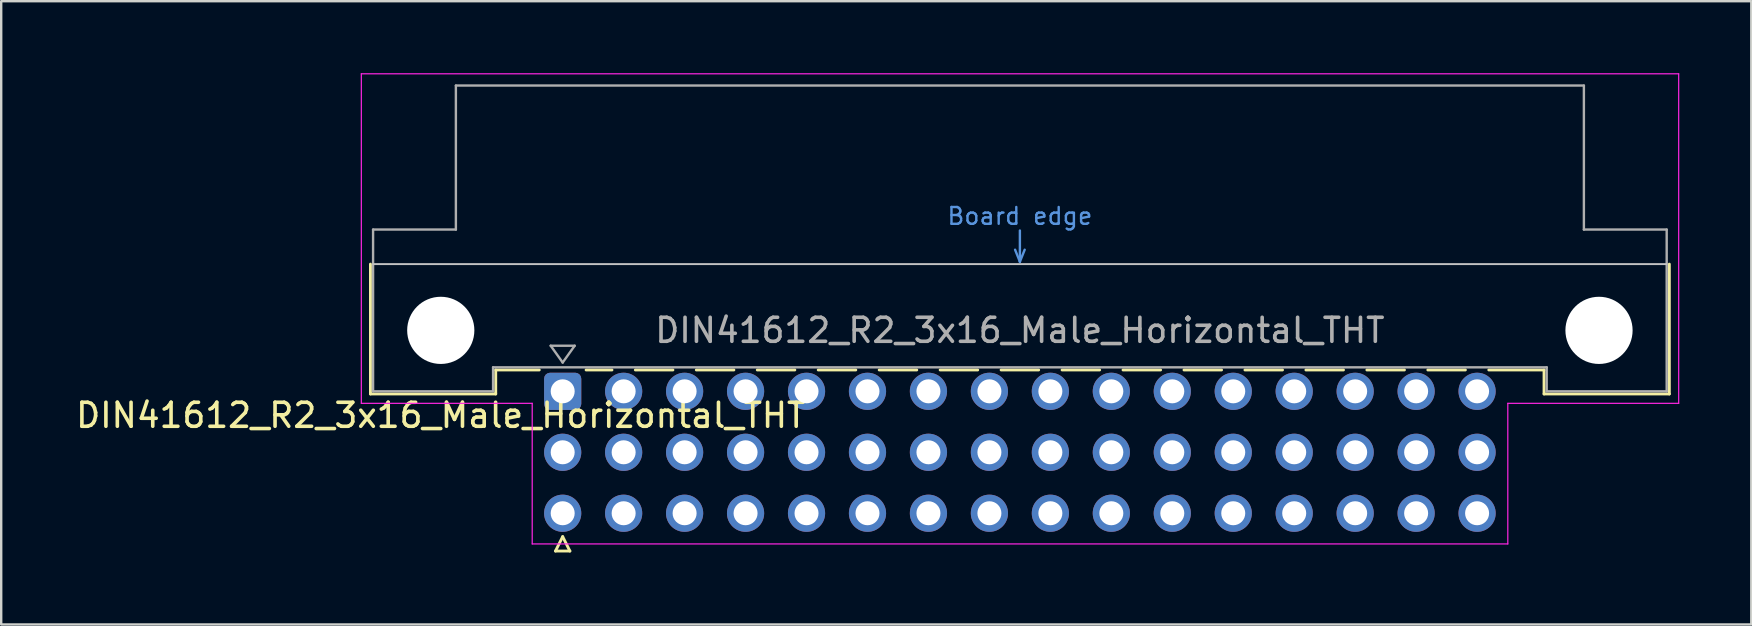
<source format=kicad_pcb>
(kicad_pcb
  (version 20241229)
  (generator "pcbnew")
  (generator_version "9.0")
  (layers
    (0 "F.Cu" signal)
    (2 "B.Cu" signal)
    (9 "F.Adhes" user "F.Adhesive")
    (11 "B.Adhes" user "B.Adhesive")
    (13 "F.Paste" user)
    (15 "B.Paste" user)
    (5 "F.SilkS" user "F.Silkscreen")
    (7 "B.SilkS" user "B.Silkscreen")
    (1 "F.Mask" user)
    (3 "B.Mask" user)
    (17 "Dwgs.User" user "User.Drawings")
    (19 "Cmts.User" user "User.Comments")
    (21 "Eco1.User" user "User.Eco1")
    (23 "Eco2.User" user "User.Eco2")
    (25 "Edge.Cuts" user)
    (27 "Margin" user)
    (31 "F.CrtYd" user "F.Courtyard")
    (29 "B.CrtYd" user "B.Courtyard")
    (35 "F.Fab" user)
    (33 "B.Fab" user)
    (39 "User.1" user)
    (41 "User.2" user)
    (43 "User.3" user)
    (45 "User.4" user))
  (footprint "DIN41612_R2_3x16_Male_Horizontal_THT"
    (layer "F.Cu")
    (at 20.395 13.255)
    (property "Reference" "DIN41612_R2_3x16_Male_Horizontal_THT" (at -5.08 1 0) (layer "F.SilkS") (effects (font (size 1 1) (thickness 0.15))))
    (attr through_hole)
    (fp_line (start -8.01 -5.3) (end -8.01 0.11) (stroke (width 0.12) (type solid)) (layer "F.SilkS"))
    (fp_line (start -8.01 0.11) (end -2.79 0.11) (stroke (width 0.12) (type solid)) (layer "F.SilkS"))
    (fp_line (start -2.79 -0.89) (end -0.976 -0.89) (stroke (width 0.12) (type solid)) (layer "F.SilkS"))
    (fp_line (start -2.79 0.11) (end -2.79 -0.89) (stroke (width 0.12) (type solid)) (layer "F.SilkS"))
    (fp_line (start -0.3 6.655) (end 0.3 6.655) (stroke (width 0.12) (type solid)) (layer "F.SilkS"))
    (fp_line (start 0 6.055) (end -0.3 6.655) (stroke (width 0.12) (type solid)) (layer "F.SilkS"))
    (fp_line (start 0.3 6.655) (end 0 6.055) (stroke (width 0.12) (type solid)) (layer "F.SilkS"))
    (fp_line (start 0.976 -0.89) (end 2.053 -0.89) (stroke (width 0.12) (type solid)) (layer "F.SilkS"))
    (fp_line (start 3.028 -0.89) (end 4.593 -0.89) (stroke (width 0.12) (type solid)) (layer "F.SilkS"))
    (fp_line (start 5.568 -0.89) (end 7.133 -0.89) (stroke (width 0.12) (type solid)) (layer "F.SilkS"))
    (fp_line (start 8.108 -0.89) (end 9.673 -0.89) (stroke (width 0.12) (type solid)) (layer "F.SilkS"))
    (fp_line (start 10.648 -0.89) (end 12.213 -0.89) (stroke (width 0.12) (type solid)) (layer "F.SilkS"))
    (fp_line (start 13.188 -0.89) (end 14.753 -0.89) (stroke (width 0.12) (type solid)) (layer "F.SilkS"))
    (fp_line (start 15.728 -0.89) (end 17.293 -0.89) (stroke (width 0.12) (type solid)) (layer "F.SilkS"))
    (fp_line (start 18.268 -0.89) (end 19.833 -0.89) (stroke (width 0.12) (type solid)) (layer "F.SilkS"))
    (fp_line (start 20.808 -0.89) (end 22.373 -0.89) (stroke (width 0.12) (type solid)) (layer "F.SilkS"))
    (fp_line (start 23.348 -0.89) (end 24.913 -0.89) (stroke (width 0.12) (type solid)) (layer "F.SilkS"))
    (fp_line (start 25.888 -0.89) (end 27.453 -0.89) (stroke (width 0.12) (type solid)) (layer "F.SilkS"))
    (fp_line (start 28.428 -0.89) (end 29.993 -0.89) (stroke (width 0.12) (type solid)) (layer "F.SilkS"))
    (fp_line (start 30.968 -0.89) (end 32.533 -0.89) (stroke (width 0.12) (type solid)) (layer "F.SilkS"))
    (fp_line (start 33.508 -0.89) (end 35.073 -0.89) (stroke (width 0.12) (type solid)) (layer "F.SilkS"))
    (fp_line (start 36.048 -0.89) (end 37.613 -0.89) (stroke (width 0.12) (type solid)) (layer "F.SilkS"))
    (fp_line (start 38.588 -0.89) (end 40.89 -0.89) (stroke (width 0.12) (type solid)) (layer "F.SilkS"))
    (fp_line (start 40.89 0.11) (end 40.89 -0.89) (stroke (width 0.12) (type solid)) (layer "F.SilkS"))
    (fp_line (start 46.11 -5.3) (end 46.11 0.11) (stroke (width 0.12) (type solid)) (layer "F.SilkS"))
    (fp_line (start 46.11 0.11) (end 40.89 0.11) (stroke (width 0.12) (type solid)) (layer "F.SilkS"))
    (fp_line (start -7.9 -5.3) (end 46 -5.3) (stroke (width 0.08) (type solid)) (layer "Dwgs.User"))
    (fp_line (start 18.85 -5.9) (end 19.05 -5.4) (stroke (width 0.1) (type solid)) (layer "Cmts.User"))
    (fp_line (start 19.05 -5.4) (end 19.05 -6.7) (stroke (width 0.1) (type solid)) (layer "Cmts.User"))
    (fp_line (start 19.05 -5.4) (end 19.25 -5.9) (stroke (width 0.1) (type solid)) (layer "Cmts.User"))
    (fp_line (start -8.39 -13.23) (end -8.39 0.5) (stroke (width 0.05) (type solid)) (layer "F.CrtYd"))
    (fp_line (start -8.39 0.5) (end -1.27 0.5) (stroke (width 0.05) (type solid)) (layer "F.CrtYd"))
    (fp_line (start -1.27 0.5) (end -1.27 6.36) (stroke (width 0.05) (type solid)) (layer "F.CrtYd"))
    (fp_line (start -1.27 6.36) (end 39.38 6.36) (stroke (width 0.05) (type solid)) (layer "F.CrtYd"))
    (fp_line (start 39.38 0.5) (end 46.5 0.5) (stroke (width 0.05) (type solid)) (layer "F.CrtYd"))
    (fp_line (start 39.38 6.36) (end 39.38 0.5) (stroke (width 0.05) (type solid)) (layer "F.CrtYd"))
    (fp_line (start 46.5 -13.23) (end -8.39 -13.23) (stroke (width 0.05) (type solid)) (layer "F.CrtYd"))
    (fp_line (start 46.5 0.5) (end 46.5 -13.23) (stroke (width 0.05) (type solid)) (layer "F.CrtYd"))
    (fp_line (start -7.9 -6.74) (end -7.9 0) (stroke (width 0.1) (type solid)) (layer "F.Fab"))
    (fp_line (start -7.9 0) (end -2.9 0) (stroke (width 0.1) (type solid)) (layer "F.Fab"))
    (fp_line (start -4.45 -12.74) (end -4.45 -6.74) (stroke (width 0.1) (type solid)) (layer "F.Fab"))
    (fp_line (start -4.45 -6.74) (end -7.9 -6.74) (stroke (width 0.1) (type solid)) (layer "F.Fab"))
    (fp_line (start -2.9 -1) (end 41 -1) (stroke (width 0.1) (type solid)) (layer "F.Fab"))
    (fp_line (start -2.9 0) (end -2.9 -1) (stroke (width 0.1) (type solid)) (layer "F.Fab"))
    (fp_line (start -0.5 -1.9) (end 0.5 -1.9) (stroke (width 0.1) (type solid)) (layer "F.Fab"))
    (fp_line (start 0 -1.2) (end -0.5 -1.9) (stroke (width 0.1) (type solid)) (layer "F.Fab"))
    (fp_line (start 0.5 -1.9) (end 0 -1.2) (stroke (width 0.1) (type solid)) (layer "F.Fab"))
    (fp_line (start 41 -1) (end 41 0) (stroke (width 0.1) (type solid)) (layer "F.Fab"))
    (fp_line (start 41 0) (end 46 0) (stroke (width 0.1) (type solid)) (layer "F.Fab"))
    (fp_line (start 42.55 -12.74) (end -4.45 -12.74) (stroke (width 0.1) (type solid)) (layer "F.Fab"))
    (fp_line (start 42.55 -6.74) (end 42.55 -12.74) (stroke (width 0.1) (type solid)) (layer "F.Fab"))
    (fp_line (start 46 -6.74) (end 42.55 -6.74) (stroke (width 0.1) (type solid)) (layer "F.Fab"))
    (fp_line (start 46 0) (end 46 -6.74) (stroke (width 0.1) (type solid)) (layer "F.Fab"))
    (fp_text user "Board edge" (at 19.05 -7.3 0) (layer "Cmts.User") (effects (font (size 0.7 0.7) (thickness 0.1))))
    (fp_text user "${REFERENCE}" (at 19.05 -2.54 0) (layer "F.Fab") (effects (font (size 1 1) (thickness 0.15))))
    (pad "" np_thru_hole circle (at -5.08 -2.54) (size 2.8 2.8) (drill 2.8) (layers "*.Cu" "*.Mask"))
    (pad "" np_thru_hole circle (at 43.18 -2.54) (size 2.8 2.8) (drill 2.8) (layers "*.Cu" "*.Mask"))
    (pad "a0" thru_hole roundrect (at 0 0) (size 1.55 1.55) (drill 1) (layers "*.Cu" "*.Mask") (roundrect_rratio 0.161))
    (pad "a1" thru_hole circle (at 2.54 0) (size 1.55 1.55) (drill 1) (layers "*.Cu" "*.Mask"))
    (pad "a2" thru_hole circle (at 5.08 0) (size 1.55 1.55) (drill 1) (layers "*.Cu" "*.Mask"))
    (pad "a3" thru_hole circle (at 7.62 0) (size 1.55 1.55) (drill 1) (layers "*.Cu" "*.Mask"))
    (pad "a4" thru_hole circle (at 10.16 0) (size 1.55 1.55) (drill 1) (layers "*.Cu" "*.Mask"))
    (pad "a5" thru_hole circle (at 12.7 0) (size 1.55 1.55) (drill 1) (layers "*.Cu" "*.Mask"))
    (pad "a6" thru_hole circle (at 15.24 0) (size 1.55 1.55) (drill 1) (layers "*.Cu" "*.Mask"))
    (pad "a7" thru_hole circle (at 17.78 0) (size 1.55 1.55) (drill 1) (layers "*.Cu" "*.Mask"))
    (pad "a8" thru_hole circle (at 20.32 0) (size 1.55 1.55) (drill 1) (layers "*.Cu" "*.Mask"))
    (pad "a9" thru_hole circle (at 22.86 0) (size 1.55 1.55) (drill 1) (layers "*.Cu" "*.Mask"))
    (pad "a10" thru_hole circle (at 25.4 0) (size 1.55 1.55) (drill 1) (layers "*.Cu" "*.Mask"))
    (pad "a11" thru_hole circle (at 27.94 0) (size 1.55 1.55) (drill 1) (layers "*.Cu" "*.Mask"))
    (pad "a12" thru_hole circle (at 30.48 0) (size 1.55 1.55) (drill 1) (layers "*.Cu" "*.Mask"))
    (pad "a13" thru_hole circle (at 33.02 0) (size 1.55 1.55) (drill 1) (layers "*.Cu" "*.Mask"))
    (pad "a14" thru_hole circle (at 35.56 0) (size 1.55 1.55) (drill 1) (layers "*.Cu" "*.Mask"))
    (pad "a15" thru_hole circle (at 38.1 0) (size 1.55 1.55) (drill 1) (layers "*.Cu" "*.Mask"))
    (pad "b0" thru_hole circle (at 0 2.54) (size 1.55 1.55) (drill 1) (layers "*.Cu" "*.Mask"))
    (pad "b1" thru_hole circle (at 2.54 2.54) (size 1.55 1.55) (drill 1) (layers "*.Cu" "*.Mask"))
    (pad "b2" thru_hole circle (at 5.08 2.54) (size 1.55 1.55) (drill 1) (layers "*.Cu" "*.Mask"))
    (pad "b3" thru_hole circle (at 7.62 2.54) (size 1.55 1.55) (drill 1) (layers "*.Cu" "*.Mask"))
    (pad "b4" thru_hole circle (at 10.16 2.54) (size 1.55 1.55) (drill 1) (layers "*.Cu" "*.Mask"))
    (pad "b5" thru_hole circle (at 12.7 2.54) (size 1.55 1.55) (drill 1) (layers "*.Cu" "*.Mask"))
    (pad "b6" thru_hole circle (at 15.24 2.54) (size 1.55 1.55) (drill 1) (layers "*.Cu" "*.Mask"))
    (pad "b7" thru_hole circle (at 17.78 2.54) (size 1.55 1.55) (drill 1) (layers "*.Cu" "*.Mask"))
    (pad "b8" thru_hole circle (at 20.32 2.54) (size 1.55 1.55) (drill 1) (layers "*.Cu" "*.Mask"))
    (pad "b9" thru_hole circle (at 22.86 2.54) (size 1.55 1.55) (drill 1) (layers "*.Cu" "*.Mask"))
    (pad "b10" thru_hole circle (at 25.4 2.54) (size 1.55 1.55) (drill 1) (layers "*.Cu" "*.Mask"))
    (pad "b11" thru_hole circle (at 27.94 2.54) (size 1.55 1.55) (drill 1) (layers "*.Cu" "*.Mask"))
    (pad "b12" thru_hole circle (at 30.48 2.54) (size 1.55 1.55) (drill 1) (layers "*.Cu" "*.Mask"))
    (pad "b13" thru_hole circle (at 33.02 2.54) (size 1.55 1.55) (drill 1) (layers "*.Cu" "*.Mask"))
    (pad "b14" thru_hole circle (at 35.56 2.54) (size 1.55 1.55) (drill 1) (layers "*.Cu" "*.Mask"))
    (pad "b15" thru_hole circle (at 38.1 2.54) (size 1.55 1.55) (drill 1) (layers "*.Cu" "*.Mask"))
    (pad "c0" thru_hole circle (at 0 5.08) (size 1.55 1.55) (drill 1) (layers "*.Cu" "*.Mask"))
    (pad "c1" thru_hole circle (at 2.54 5.08) (size 1.55 1.55) (drill 1) (layers "*.Cu" "*.Mask"))
    (pad "c2" thru_hole circle (at 5.08 5.08) (size 1.55 1.55) (drill 1) (layers "*.Cu" "*.Mask"))
    (pad "c3" thru_hole circle (at 7.62 5.08) (size 1.55 1.55) (drill 1) (layers "*.Cu" "*.Mask"))
    (pad "c4" thru_hole circle (at 10.16 5.08) (size 1.55 1.55) (drill 1) (layers "*.Cu" "*.Mask"))
    (pad "c5" thru_hole circle (at 12.7 5.08) (size 1.55 1.55) (drill 1) (layers "*.Cu" "*.Mask"))
    (pad "c6" thru_hole circle (at 15.24 5.08) (size 1.55 1.55) (drill 1) (layers "*.Cu" "*.Mask"))
    (pad "c7" thru_hole circle (at 17.78 5.08) (size 1.55 1.55) (drill 1) (layers "*.Cu" "*.Mask"))
    (pad "c8" thru_hole circle (at 20.32 5.08) (size 1.55 1.55) (drill 1) (layers "*.Cu" "*.Mask"))
    (pad "c9" thru_hole circle (at 22.86 5.08) (size 1.55 1.55) (drill 1) (layers "*.Cu" "*.Mask"))
    (pad "c10" thru_hole circle (at 25.4 5.08) (size 1.55 1.55) (drill 1) (layers "*.Cu" "*.Mask"))
    (pad "c11" thru_hole circle (at 27.94 5.08) (size 1.55 1.55) (drill 1) (layers "*.Cu" "*.Mask"))
    (pad "c12" thru_hole circle (at 30.48 5.08) (size 1.55 1.55) (drill 1) (layers "*.Cu" "*.Mask"))
    (pad "c13" thru_hole circle (at 33.02 5.08) (size 1.55 1.55) (drill 1) (layers "*.Cu" "*.Mask"))
    (pad "c14" thru_hole circle (at 35.56 5.08) (size 1.55 1.55) (drill 1) (layers "*.Cu" "*.Mask"))
    (pad "c15" thru_hole circle (at 38.1 5.08) (size 1.55 1.55) (drill 1) (layers "*.Cu" "*.Mask")))
  (gr_rect
    (start -3 -3)
    (end 69.92 22.97)
    (stroke (width 0.1) (type default))
    (fill no)
    (layer "Edge.Cuts")))
</source>
